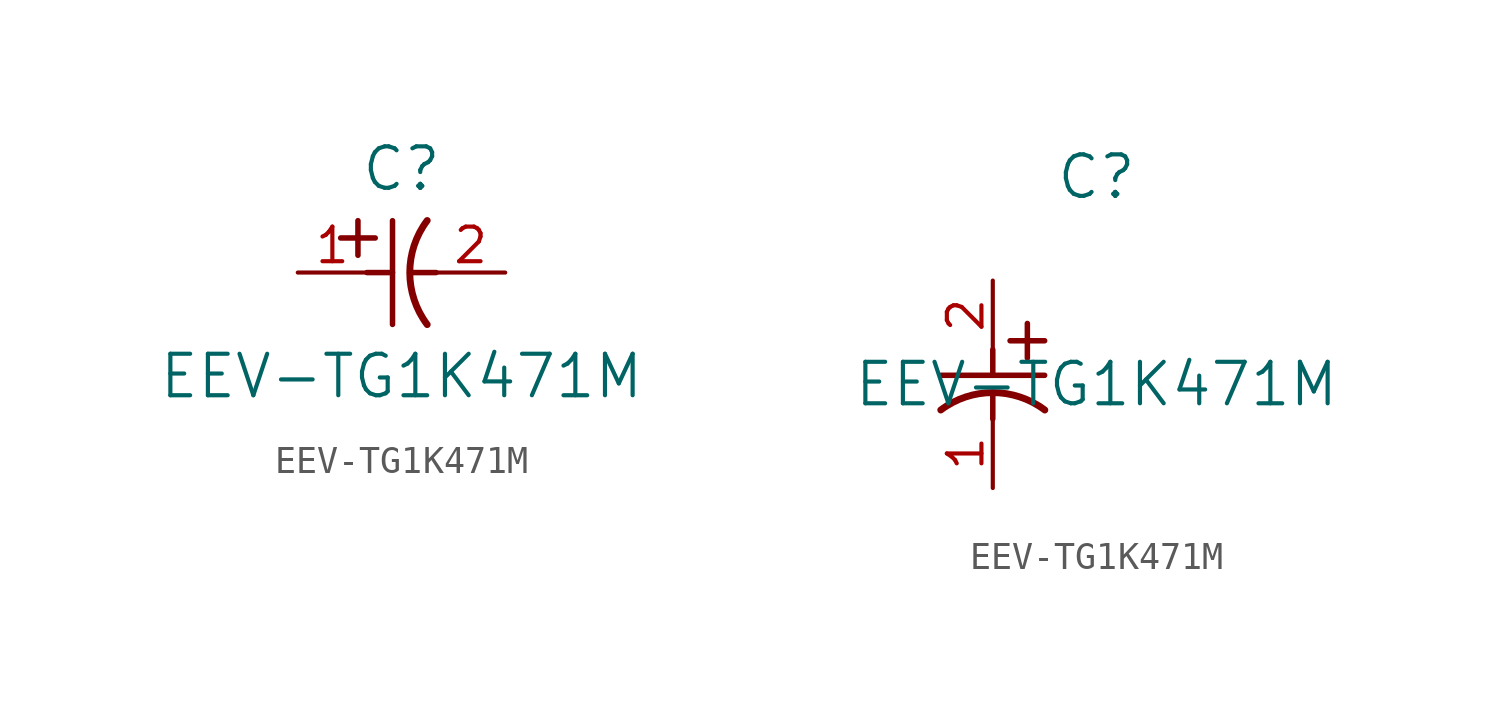
<source format=kicad_sym>
(kicad_symbol_lib
  (version 20211014)
  (generator kicad_symbol_editor)
  (symbol "EEV-TG1K471M"
    (pin_names
      (offset 0.254))
    (property "Reference" "C"
      (at 3.81 3.81 0)
      (effects (font (size 1.524 1.524))))
    (property "Value" "EEV-TG1K471M"
      (at 3.81 -3.81 0)
      (effects (font (size 1.524 1.524))))
    (symbol "EEV-TG1K471M_1_1"
      (polyline (pts (xy 2.21 0.635) (xy 2.21 1.905)) (stroke (width 0.203) (type default) (color 0 0 0 0)) (fill (type none)))
      (arc (start 4.754132 1.910763) (mid 4.1148 0) (end 4.754132 -1.910763) (stroke (width 0.254) (type default) (color 0 0 0 0)) (fill (type none)))
      (polyline (pts (xy 4.115 0) (xy 5.08 0)) (stroke (width 0.203) (type default) (color 0 0 0 0)) (fill (type none)))
      (polyline (pts (xy 3.48 -1.905) (xy 3.48 1.905)) (stroke (width 0.203) (type default) (color 0 0 0 0)) (fill (type none)))
      (polyline (pts (xy 1.575 1.27) (xy 2.845 1.27)) (stroke (width 0.203) (type default) (color 0 0 0 0)) (fill (type none)))
      (polyline (pts (xy 2.54 0) (xy 3.48 0)) (stroke (width 0.203) (type default) (color 0 0 0 0)) (fill (type none)))
      (pin unspecified line (at 0 0 0) (length 2.54) (name "" (effects (font (size 1.27 1.27)))) (number "1" (effects (font (size 1.27 1.27)))))
      (pin unspecified line (at 7.62 0 180) (length 2.54) (name "" (effects (font (size 1.27 1.27)))) (number "2" (effects (font (size 1.27 1.27))))))
    (symbol "EEV-TG1K471M_1_2"
      (polyline (pts (xy 0 -2.54) (xy 0 -3.48)) (stroke (width 0.203) (type default) (color 0 0 0 0)) (fill (type none)))
      (arc (start 1.910763 -4.754132) (mid 0 -4.1148) (end -1.910763 -4.754132) (stroke (width 0.254) (type default) (color 0 0 0 0)) (fill (type none)))
      (polyline (pts (xy -1.905 -3.48) (xy 1.905 -3.48)) (stroke (width 0.203) (type default) (color 0 0 0 0)) (fill (type none)))
      (polyline (pts (xy 0.635 -2.21) (xy 1.905 -2.21)) (stroke (width 0.203) (type default) (color 0 0 0 0)) (fill (type none)))
      (polyline (pts (xy 1.27 -1.575) (xy 1.27 -2.845)) (stroke (width 0.203) (type default) (color 0 0 0 0)) (fill (type none)))
      (polyline (pts (xy 0 -4.115) (xy 0 -5.08)) (stroke (width 0.203) (type default) (color 0 0 0 0)) (fill (type none)))
      (pin unspecified line (at 0 -7.62 90) (length 2.54) (name "" (effects (font (size 1.27 1.27)))) (number "1" (effects (font (size 1.27 1.27)))))
      (pin unspecified line (at 0 0 270) (length 2.54) (name "" (effects (font (size 1.27 1.27)))) (number "2" (effects (font (size 1.27 1.27))))))))
</source>
